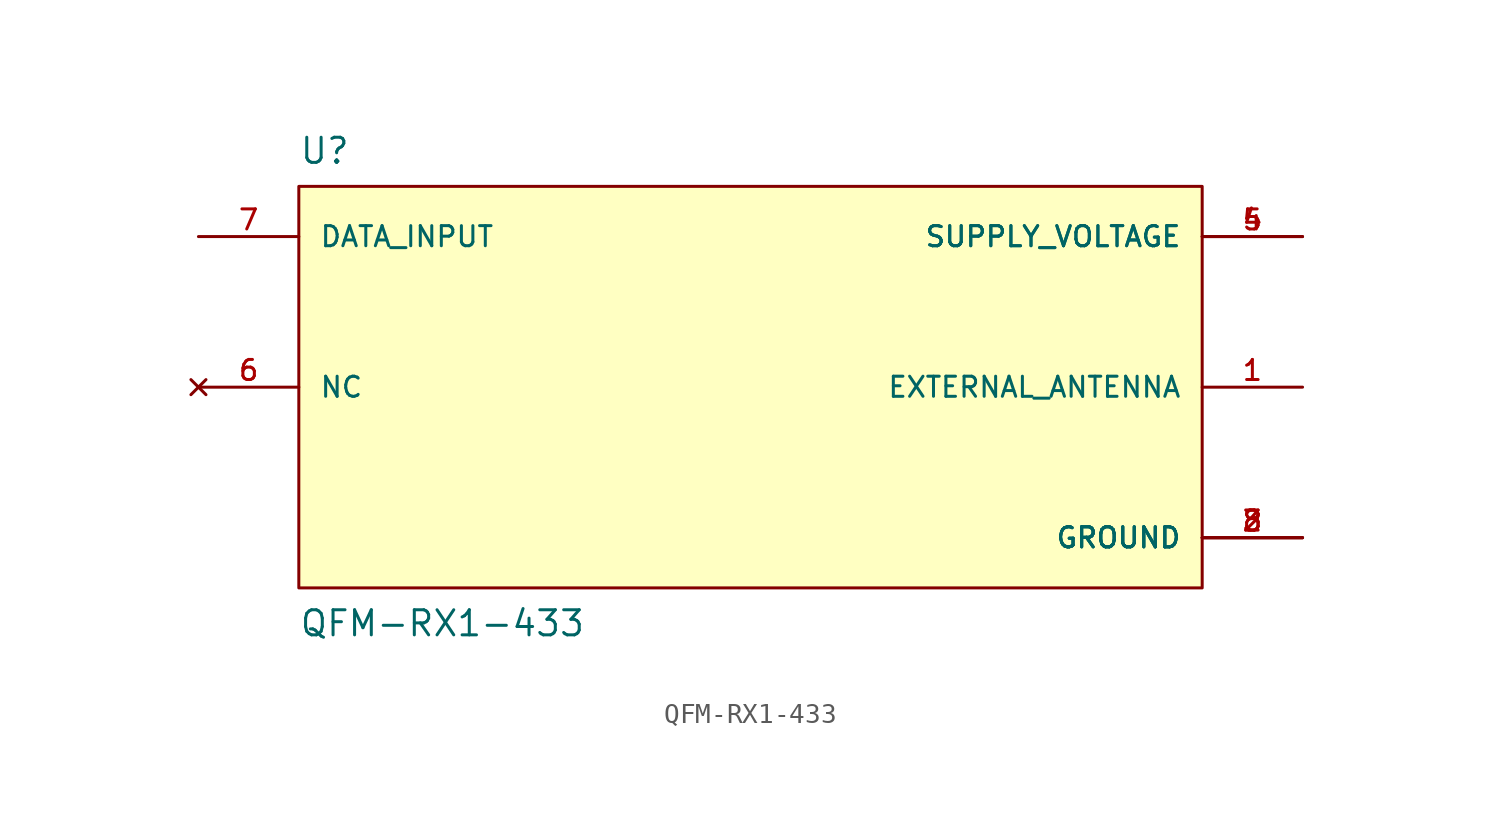
<source format=kicad_sym>
(kicad_symbol_lib
  (version 20211014)
  (generator kicad_symbol_editor)
  (symbol "QFM-RX1-433"
    (pin_names
      (offset 1.016))
    (property "Reference" "U"
      (at -22.86 12.7 0)
      (effects (font (size 1.27 1.27)) (justify top left)))
    (property "Value" "QFM-RX1-433"
      (at -22.86 -12.7 0)
      (effects (font (size 1.27 1.27)) (justify bottom left)))
    (symbol "QFM-RX1-433_0_0"
      (rectangle (start -22.86 -10.16) (end 22.86 10.16) (stroke (width 0.152)) (fill (type background)))
      (pin power_in line (at 27.94 -7.62 180.0) (length 5.08) (name "GROUND" (effects (font (size 1.016 1.016)))) (number "2" (effects (font (size 1.016 1.016)))))
      (pin power_in line (at 27.94 -7.62 180.0) (length 5.08) (name "GROUND" (effects (font (size 1.016 1.016)))) (number "3" (effects (font (size 1.016 1.016)))))
      (pin power_in line (at 27.94 -7.62 180.0) (length 5.08) (name "GROUND" (effects (font (size 1.016 1.016)))) (number "8" (effects (font (size 1.016 1.016)))))
      (pin no_connect line (at -27.94 0.0 0) (length 5.08) (name "NC" (effects (font (size 1.016 1.016)))) (number "6" (effects (font (size 1.016 1.016)))))
      (pin power_in line (at 27.94 7.62 180.0) (length 5.08) (name "SUPPLY_VOLTAGE" (effects (font (size 1.016 1.016)))) (number "4" (effects (font (size 1.016 1.016)))))
      (pin power_in line (at 27.94 7.62 180.0) (length 5.08) (name "SUPPLY_VOLTAGE" (effects (font (size 1.016 1.016)))) (number "5" (effects (font (size 1.016 1.016)))))
      (pin input line (at -27.94 7.62 0) (length 5.08) (name "DATA_INPUT" (effects (font (size 1.016 1.016)))) (number "7" (effects (font (size 1.016 1.016)))))
      (pin passive line (at 27.94 0.0 180.0) (length 5.08) (name "EXTERNAL_ANTENNA" (effects (font (size 1.016 1.016)))) (number "1" (effects (font (size 1.016 1.016))))))))
</source>
